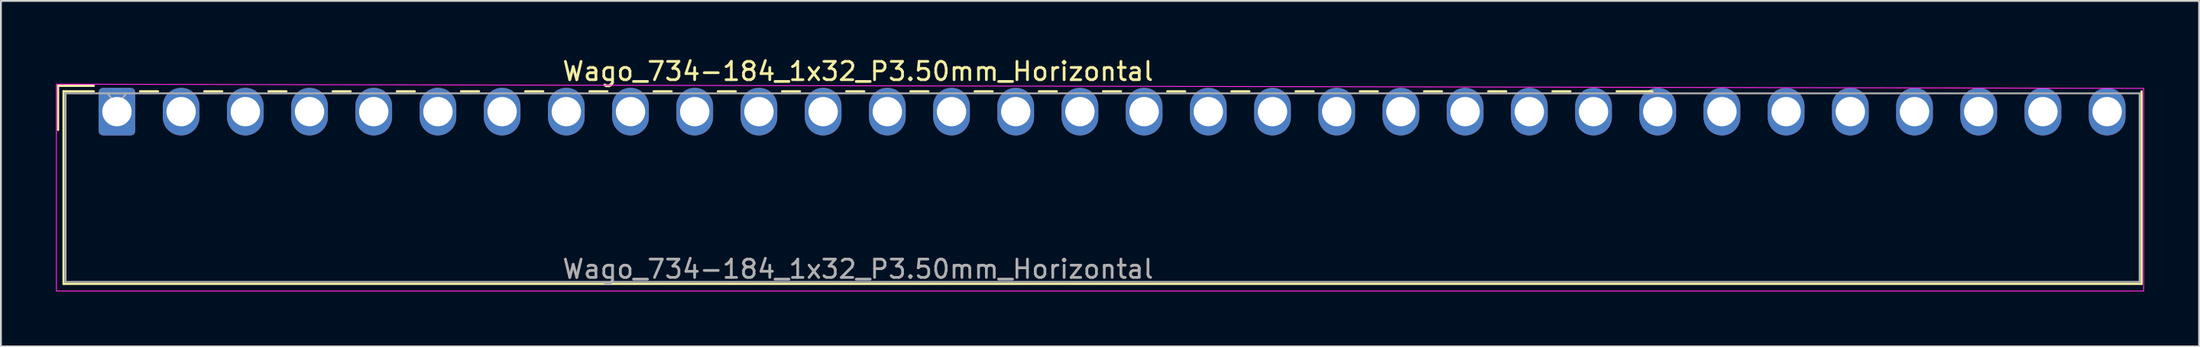
<source format=kicad_pcb>
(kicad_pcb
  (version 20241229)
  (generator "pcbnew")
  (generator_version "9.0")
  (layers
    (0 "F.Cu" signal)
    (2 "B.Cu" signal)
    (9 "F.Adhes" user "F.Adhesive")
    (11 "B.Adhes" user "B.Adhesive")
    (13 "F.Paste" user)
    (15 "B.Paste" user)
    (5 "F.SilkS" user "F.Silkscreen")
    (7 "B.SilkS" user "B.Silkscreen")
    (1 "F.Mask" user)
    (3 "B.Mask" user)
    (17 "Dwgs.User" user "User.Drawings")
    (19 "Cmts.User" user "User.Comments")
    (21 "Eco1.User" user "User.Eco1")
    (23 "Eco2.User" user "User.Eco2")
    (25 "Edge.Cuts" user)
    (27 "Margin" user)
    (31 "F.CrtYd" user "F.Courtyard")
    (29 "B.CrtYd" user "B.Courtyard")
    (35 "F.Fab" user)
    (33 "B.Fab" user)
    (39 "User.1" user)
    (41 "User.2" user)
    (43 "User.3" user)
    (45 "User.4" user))
  (footprint "Wago_734-184_1x32_P3.50mm_Horizontal"
    (layer "F.Cu")
    (at 3.325 3.048)
    (property "Reference" "Wago_734-184_1x32_P3.50mm_Horizontal" (at 40.4 -2.2 0) (layer "F.SilkS") (effects (font (size 1 1) (thickness 0.15))))
    (attr through_hole)
    (fp_line (start -3.21 -1.41) (end -1.26 -1.41) (stroke (width 0.12) (type solid)) (layer "F.SilkS"))
    (fp_line (start -3.21 1) (end -3.21 -1.41) (stroke (width 0.12) (type solid)) (layer "F.SilkS"))
    (fp_line (start -2.91 -1.11) (end -2.91 9.41) (stroke (width 0.12) (type solid)) (layer "F.SilkS"))
    (fp_line (start -2.91 9.41) (end 110.38 9.41) (stroke (width 0.12) (type solid)) (layer "F.SilkS"))
    (fp_line (start -1.26 -1.11) (end -2.91 -1.11) (stroke (width 0.12) (type solid)) (layer "F.SilkS"))
    (fp_line (start 1.26 -1.11) (end 2.24 -1.11) (stroke (width 0.12) (type solid)) (layer "F.SilkS"))
    (fp_line (start 4.76 -1.11) (end 5.74 -1.11) (stroke (width 0.12) (type solid)) (layer "F.SilkS"))
    (fp_line (start 8.26 -1.11) (end 9.24 -1.11) (stroke (width 0.12) (type solid)) (layer "F.SilkS"))
    (fp_line (start 11.76 -1.11) (end 12.74 -1.11) (stroke (width 0.12) (type solid)) (layer "F.SilkS"))
    (fp_line (start 15.26 -1.11) (end 16.24 -1.11) (stroke (width 0.12) (type solid)) (layer "F.SilkS"))
    (fp_line (start 18.76 -1.11) (end 19.74 -1.11) (stroke (width 0.12) (type solid)) (layer "F.SilkS"))
    (fp_line (start 22.26 -1.11) (end 23.24 -1.11) (stroke (width 0.12) (type solid)) (layer "F.SilkS"))
    (fp_line (start 25.76 -1.11) (end 26.74 -1.11) (stroke (width 0.12) (type solid)) (layer "F.SilkS"))
    (fp_line (start 29.26 -1.11) (end 30.24 -1.11) (stroke (width 0.12) (type solid)) (layer "F.SilkS"))
    (fp_line (start 32.76 -1.11) (end 33.74 -1.11) (stroke (width 0.12) (type solid)) (layer "F.SilkS"))
    (fp_line (start 36.26 -1.11) (end 37.24 -1.11) (stroke (width 0.12) (type solid)) (layer "F.SilkS"))
    (fp_line (start 39.76 -1.11) (end 40.74 -1.11) (stroke (width 0.12) (type solid)) (layer "F.SilkS"))
    (fp_line (start 43.26 -1.11) (end 44.24 -1.11) (stroke (width 0.12) (type solid)) (layer "F.SilkS"))
    (fp_line (start 46.76 -1.11) (end 47.74 -1.11) (stroke (width 0.12) (type solid)) (layer "F.SilkS"))
    (fp_line (start 50.26 -1.11) (end 51.24 -1.11) (stroke (width 0.12) (type solid)) (layer "F.SilkS"))
    (fp_line (start 53.76 -1.11) (end 54.74 -1.11) (stroke (width 0.12) (type solid)) (layer "F.SilkS"))
    (fp_line (start 57.26 -1.11) (end 58.24 -1.11) (stroke (width 0.12) (type solid)) (layer "F.SilkS"))
    (fp_line (start 60.76 -1.11) (end 61.74 -1.11) (stroke (width 0.12) (type solid)) (layer "F.SilkS"))
    (fp_line (start 64.26 -1.11) (end 65.24 -1.11) (stroke (width 0.12) (type solid)) (layer "F.SilkS"))
    (fp_line (start 67.76 -1.11) (end 68.74 -1.11) (stroke (width 0.12) (type solid)) (layer "F.SilkS"))
    (fp_line (start 71.26 -1.11) (end 72.24 -1.11) (stroke (width 0.12) (type solid)) (layer "F.SilkS"))
    (fp_line (start 74.76 -1.11) (end 75.74 -1.11) (stroke (width 0.12) (type solid)) (layer "F.SilkS"))
    (fp_line (start 78.26 -1.11) (end 79.24 -1.11) (stroke (width 0.12) (type solid)) (layer "F.SilkS"))
    (fp_line (start 83.71 -1.11) (end 81.76 -1.11) (stroke (width 0.12) (type solid)) (layer "F.SilkS"))
    (fp_line (start 110.38 9.41) (end 110.38 -1.11) (stroke (width 0.12) (type solid)) (layer "F.SilkS"))
    (fp_line (start -3.3 -1.5) (end -3.3 9.8) (stroke (width 0.05) (type solid)) (layer "F.CrtYd"))
    (fp_line (start -3.3 9.8) (end 110.49 9.8) (stroke (width 0.05) (type solid)) (layer "F.CrtYd"))
    (fp_line (start 110.49 -1.27) (end -3.3 -1.5) (stroke (width 0.05) (type solid)) (layer "F.CrtYd"))
    (fp_line (start 110.49 9.8) (end 110.49 -1.27) (stroke (width 0.05) (type solid)) (layer "F.CrtYd"))
    (fp_line (start -2.8 -1) (end -2.8 9.3) (stroke (width 0.1) (type solid)) (layer "F.Fab"))
    (fp_line (start -2.8 9.3) (end 110.27 9.3) (stroke (width 0.1) (type solid)) (layer "F.Fab"))
    (fp_line (start -0.5 -1) (end 0 -0.293) (stroke (width 0.1) (type solid)) (layer "F.Fab"))
    (fp_line (start 0 -0.293) (end 0.5 -1) (stroke (width 0.1) (type solid)) (layer "F.Fab"))
    (fp_line (start 110.27 -1) (end -2.8 -1) (stroke (width 0.1) (type solid)) (layer "F.Fab"))
    (fp_line (start 110.27 9.3) (end 110.27 -1) (stroke (width 0.1) (type solid)) (layer "F.Fab"))
    (fp_text user "${REFERENCE}" (at 40.4 8.6 0) (layer "F.Fab") (effects (font (size 1 1) (thickness 0.15))))
    (pad "1" thru_hole roundrect (at 0 0) (size 2 2.6) (drill 1.6) (layers "*.Cu" "*.Mask") (roundrect_rratio 0.125))
    (pad "2" thru_hole oval (at 3.5 0) (size 2 2.6) (drill 1.6) (layers "*.Cu" "*.Mask"))
    (pad "3" thru_hole oval (at 7 0) (size 2 2.6) (drill 1.6) (layers "*.Cu" "*.Mask"))
    (pad "4" thru_hole oval (at 10.5 0) (size 2 2.6) (drill 1.6) (layers "*.Cu" "*.Mask"))
    (pad "5" thru_hole oval (at 14 0) (size 2 2.6) (drill 1.6) (layers "*.Cu" "*.Mask"))
    (pad "6" thru_hole oval (at 17.5 0) (size 2 2.6) (drill 1.6) (layers "*.Cu" "*.Mask"))
    (pad "7" thru_hole oval (at 21 0) (size 2 2.6) (drill 1.6) (layers "*.Cu" "*.Mask"))
    (pad "8" thru_hole oval (at 24.5 0) (size 2 2.6) (drill 1.6) (layers "*.Cu" "*.Mask"))
    (pad "9" thru_hole oval (at 28 0) (size 2 2.6) (drill 1.6) (layers "*.Cu" "*.Mask"))
    (pad "10" thru_hole oval (at 31.5 0) (size 2 2.6) (drill 1.6) (layers "*.Cu" "*.Mask"))
    (pad "11" thru_hole oval (at 35 0) (size 2 2.6) (drill 1.6) (layers "*.Cu" "*.Mask"))
    (pad "12" thru_hole oval (at 38.5 0) (size 2 2.6) (drill 1.6) (layers "*.Cu" "*.Mask"))
    (pad "13" thru_hole oval (at 42 0) (size 2 2.6) (drill 1.6) (layers "*.Cu" "*.Mask"))
    (pad "14" thru_hole oval (at 45.5 0) (size 2 2.6) (drill 1.6) (layers "*.Cu" "*.Mask"))
    (pad "15" thru_hole oval (at 49 0) (size 2 2.6) (drill 1.6) (layers "*.Cu" "*.Mask"))
    (pad "16" thru_hole oval (at 52.5 0) (size 2 2.6) (drill 1.6) (layers "*.Cu" "*.Mask"))
    (pad "17" thru_hole oval (at 56 0) (size 2 2.6) (drill 1.6) (layers "*.Cu" "*.Mask"))
    (pad "18" thru_hole oval (at 59.5 0) (size 2 2.6) (drill 1.6) (layers "*.Cu" "*.Mask"))
    (pad "19" thru_hole oval (at 63 0) (size 2 2.6) (drill 1.6) (layers "*.Cu" "*.Mask"))
    (pad "20" thru_hole oval (at 66.5 0) (size 2 2.6) (drill 1.6) (layers "*.Cu" "*.Mask"))
    (pad "21" thru_hole oval (at 70 0) (size 2 2.6) (drill 1.6) (layers "*.Cu" "*.Mask"))
    (pad "22" thru_hole oval (at 73.5 0) (size 2 2.6) (drill 1.6) (layers "*.Cu" "*.Mask"))
    (pad "23" thru_hole oval (at 77 0) (size 2 2.6) (drill 1.6) (layers "*.Cu" "*.Mask"))
    (pad "24" thru_hole oval (at 80.5 0) (size 2 2.6) (drill 1.6) (layers "*.Cu" "*.Mask"))
    (pad "25" thru_hole oval (at 84 0) (size 2 2.6) (drill 1.6) (layers "*.Cu" "*.Mask"))
    (pad "26" thru_hole oval (at 87.5 0) (size 2 2.6) (drill 1.6) (layers "*.Cu" "*.Mask"))
    (pad "27" thru_hole oval (at 91 0) (size 2 2.6) (drill 1.6) (layers "*.Cu" "*.Mask"))
    (pad "28" thru_hole oval (at 94.5 0) (size 2 2.6) (drill 1.6) (layers "*.Cu" "*.Mask"))
    (pad "29" thru_hole oval (at 98 0) (size 2 2.6) (drill 1.6) (layers "*.Cu" "*.Mask"))
    (pad "30" thru_hole oval (at 101.5 0) (size 2 2.6) (drill 1.6) (layers "*.Cu" "*.Mask"))
    (pad "31" thru_hole oval (at 105 0) (size 2 2.6) (drill 1.6) (layers "*.Cu" "*.Mask"))
    (pad "32" thru_hole oval (at 108.5 0) (size 2 2.6) (drill 1.6) (layers "*.Cu" "*.Mask")))
  (gr_rect
    (start -3 -3)
    (end 116.84 15.873)
    (stroke (width 0.1) (type default))
    (fill no)
    (layer "Edge.Cuts")))
</source>
